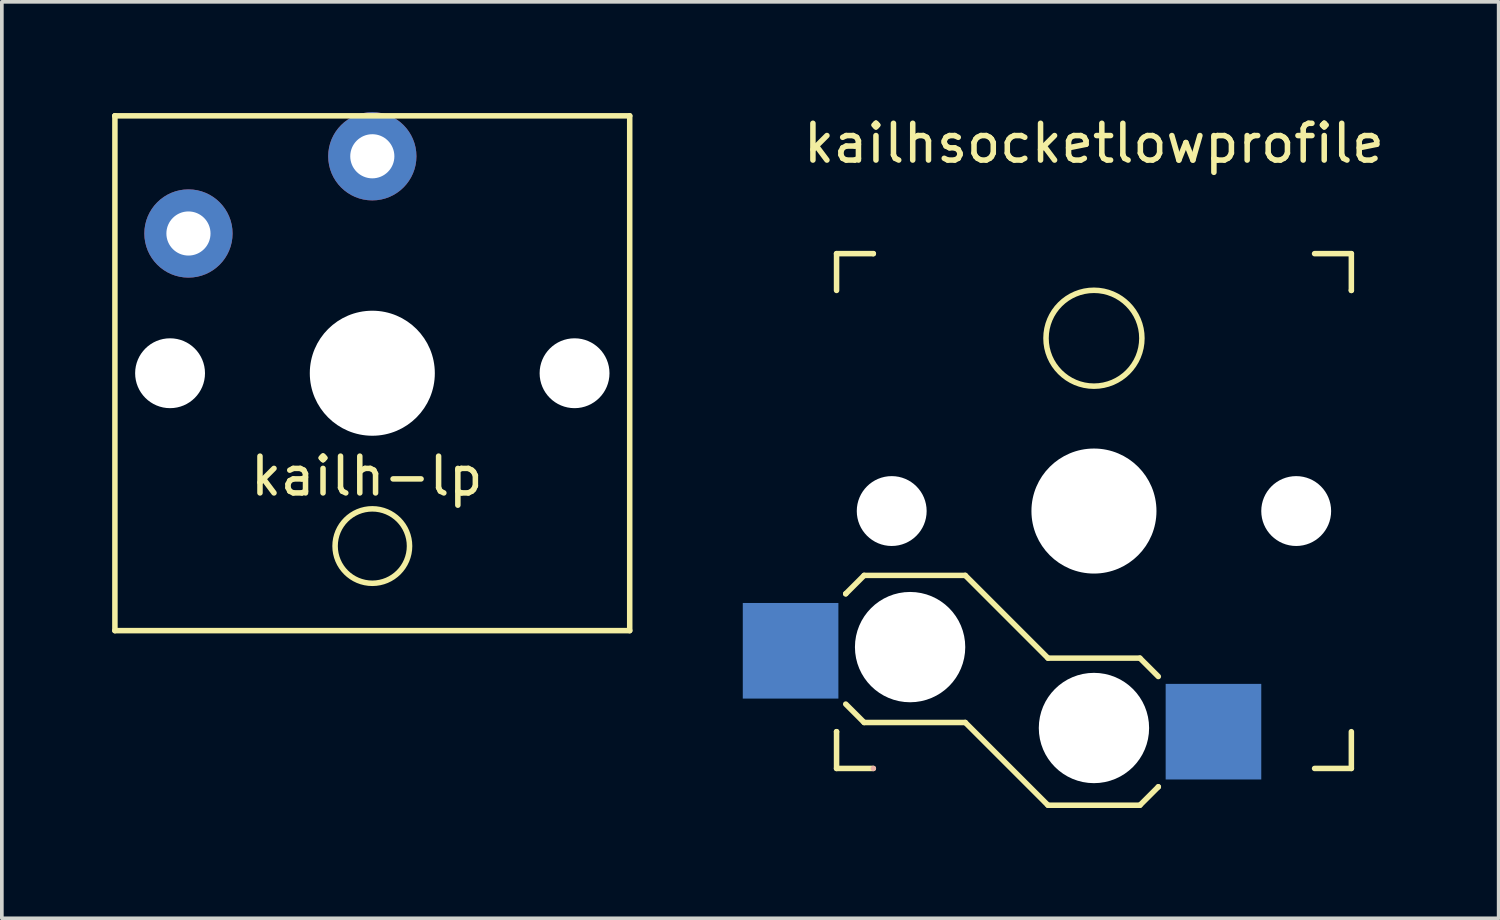
<source format=kicad_pcb>
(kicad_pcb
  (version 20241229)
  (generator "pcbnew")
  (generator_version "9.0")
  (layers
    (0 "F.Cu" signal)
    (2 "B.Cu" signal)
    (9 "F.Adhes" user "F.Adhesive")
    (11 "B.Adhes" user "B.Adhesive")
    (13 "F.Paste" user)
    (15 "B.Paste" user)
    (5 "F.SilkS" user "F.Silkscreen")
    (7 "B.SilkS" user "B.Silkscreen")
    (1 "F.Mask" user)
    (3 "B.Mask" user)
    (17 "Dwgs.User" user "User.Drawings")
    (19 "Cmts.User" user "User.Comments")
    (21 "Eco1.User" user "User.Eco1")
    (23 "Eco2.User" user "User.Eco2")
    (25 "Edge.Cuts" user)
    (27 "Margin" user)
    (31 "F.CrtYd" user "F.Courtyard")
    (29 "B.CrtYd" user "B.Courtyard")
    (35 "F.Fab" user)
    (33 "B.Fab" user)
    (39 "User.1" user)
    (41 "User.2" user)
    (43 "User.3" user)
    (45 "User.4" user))
  (footprint "kailhsocketlowprofile"
    (layer "F.Cu")
    (at 26.7 10.848)
    (property "Reference" "kailhsocketlowprofile" (at 0 -10 0) (layer "F.SilkS") (effects (font (size 1 1) (thickness 0.15))))
    (attr through_hole)
    (fp_line (start -7 -7) (end -6 -7) (stroke (width 0.15) (type solid)) (layer "F.SilkS"))
    (fp_line (start -7 -6) (end -7 -7) (stroke (width 0.15) (type solid)) (layer "F.SilkS"))
    (fp_line (start -7 6) (end -7 6) (stroke (width 0.15) (type solid)) (layer "F.SilkS"))
    (fp_line (start -7 7) (end -7 6) (stroke (width 0.15) (type solid)) (layer "F.SilkS"))
    (fp_line (start -6.75 2.25) (end -6.75 2.25) (stroke (width 0.15) (type solid)) (layer "F.SilkS"))
    (fp_line (start -6.75 5.25) (end -6.25 5.75) (stroke (width 0.15) (type solid)) (layer "F.SilkS"))
    (fp_line (start -6.25 1.75) (end -6.75 2.25) (stroke (width 0.15) (type solid)) (layer "F.SilkS"))
    (fp_line (start -6.25 5.75) (end -3.5 5.75) (stroke (width 0.15) (type solid)) (layer "F.SilkS"))
    (fp_line (start -6 -7) (end -6 -7) (stroke (width 0.15) (type solid)) (layer "F.SilkS"))
    (fp_line (start -6 7) (end -7 7) (stroke (width 0.15) (type solid)) (layer "F.SilkS"))
    (fp_line (start -3.5 1.75) (end -6.25 1.75) (stroke (width 0.15) (type solid)) (layer "F.SilkS"))
    (fp_line (start -3.5 5.75) (end -1.25 8) (stroke (width 0.15) (type solid)) (layer "F.SilkS"))
    (fp_line (start -1.25 4) (end -3.5 1.75) (stroke (width 0.15) (type solid)) (layer "F.SilkS"))
    (fp_line (start -1.25 8) (end 1.25 8) (stroke (width 0.15) (type solid)) (layer "F.SilkS"))
    (fp_line (start 1.25 4) (end -1.25 4) (stroke (width 0.15) (type solid)) (layer "F.SilkS"))
    (fp_line (start 1.25 8) (end 1.75 7.5) (stroke (width 0.15) (type solid)) (layer "F.SilkS"))
    (fp_line (start 1.75 4.5) (end 1.25 4) (stroke (width 0.15) (type solid)) (layer "F.SilkS"))
    (fp_line (start 1.75 7.5) (end 1.75 7.5) (stroke (width 0.15) (type solid)) (layer "F.SilkS"))
    (fp_line (start 6 -7) (end 7 -7) (stroke (width 0.15) (type solid)) (layer "F.SilkS"))
    (fp_line (start 7 -7) (end 7 -6) (stroke (width 0.15) (type solid)) (layer "F.SilkS"))
    (fp_line (start 7 -6) (end 7 -6) (stroke (width 0.15) (type solid)) (layer "F.SilkS"))
    (fp_line (start 7 6) (end 7 7) (stroke (width 0.15) (type solid)) (layer "F.SilkS"))
    (fp_line (start 7 7) (end 6 7) (stroke (width 0.15) (type solid)) (layer "F.SilkS"))
    (fp_circle (center 0 -4.7) (end -0.7 -5.8) (stroke (width 0.15) (type solid)) (fill no) (layer "F.SilkS"))
    (fp_line (start -6 7) (end -6 7) (stroke (width 0.15) (type solid)) (layer "B.SilkS"))
    (pad "" np_thru_hole circle (at -5.5 0) (size 1.9 1.9) (drill 1.9) (layers "*.Cu" "*.Mask"))
    (pad "" np_thru_hole circle (at -5 3.7) (size 3 3) (drill 3) (layers "*.Cu" "*.Mask"))
    (pad "" np_thru_hole circle (at 0 0) (size 3.4 3.4) (drill 3.4) (layers "*.Cu" "*.Mask"))
    (pad "" np_thru_hole circle (at 0 5.9) (size 3 3) (drill 3) (layers "*.Cu" "*.Mask"))
    (pad "" np_thru_hole circle (at 5.5 0) (size 1.9 1.9) (drill 1.9) (layers "*.Cu" "*.Mask"))
    (pad "1" smd rect (at -8.25 3.8) (size 2.6 2.6) (layers "B.Cu" "B.Mask" "B.Paste"))
    (pad "2" smd rect (at 3.25 6) (size 2.6 2.6) (layers "B.Cu" "B.Mask" "B.Paste")))
  (footprint "kailh-lp"
    (layer "F.Cu")
    (at 7.075 7.1)
    (property "Reference" "kailh-lp" (at -0.15 2.8 0) (layer "F.SilkS") (effects (font (size 1 1) (thickness 0.15))))
    (attr through_hole)
    (fp_line (start -7 -7) (end -7 -7) (stroke (width 0.15) (type solid)) (layer "F.SilkS"))
    (fp_line (start -7 -7) (end 7 -7) (stroke (width 0.15) (type solid)) (layer "F.SilkS"))
    (fp_line (start -7 7) (end -7 -7) (stroke (width 0.15) (type solid)) (layer "F.SilkS"))
    (fp_line (start 7 -7) (end 7 7) (stroke (width 0.15) (type solid)) (layer "F.SilkS"))
    (fp_line (start 7 7) (end -7 7) (stroke (width 0.15) (type solid)) (layer "F.SilkS"))
    (fp_circle (center 0 4.7) (end 0.35 5.65) (stroke (width 0.15) (type solid)) (fill no) (layer "F.SilkS"))
    (pad "" np_thru_hole circle (at -5.5 0) (size 1.9 1.9) (drill 1.9) (layers "*.Cu" "*.Mask"))
    (pad "" np_thru_hole circle (at 0 0) (size 3.4 3.4) (drill 3.4) (layers "*.Cu" "*.Mask"))
    (pad "" np_thru_hole circle (at 5.5 0) (size 1.9 1.9) (drill 1.9) (layers "*.Cu" "*.Mask"))
    (pad "1" thru_hole circle (at 0 -5.9) (size 2.4 2.4) (drill 1.2) (layers "*.Cu" "*.Mask"))
    (pad "2" thru_hole circle (at -5 -3.8) (size 2.4 2.4) (drill 1.2) (layers "*.Cu" "*.Mask")))
  (gr_rect
    (start -3 -3)
    (end 37.706 21.923)
    (stroke (width 0.1) (type default))
    (fill no)
    (layer "Edge.Cuts")))
</source>
